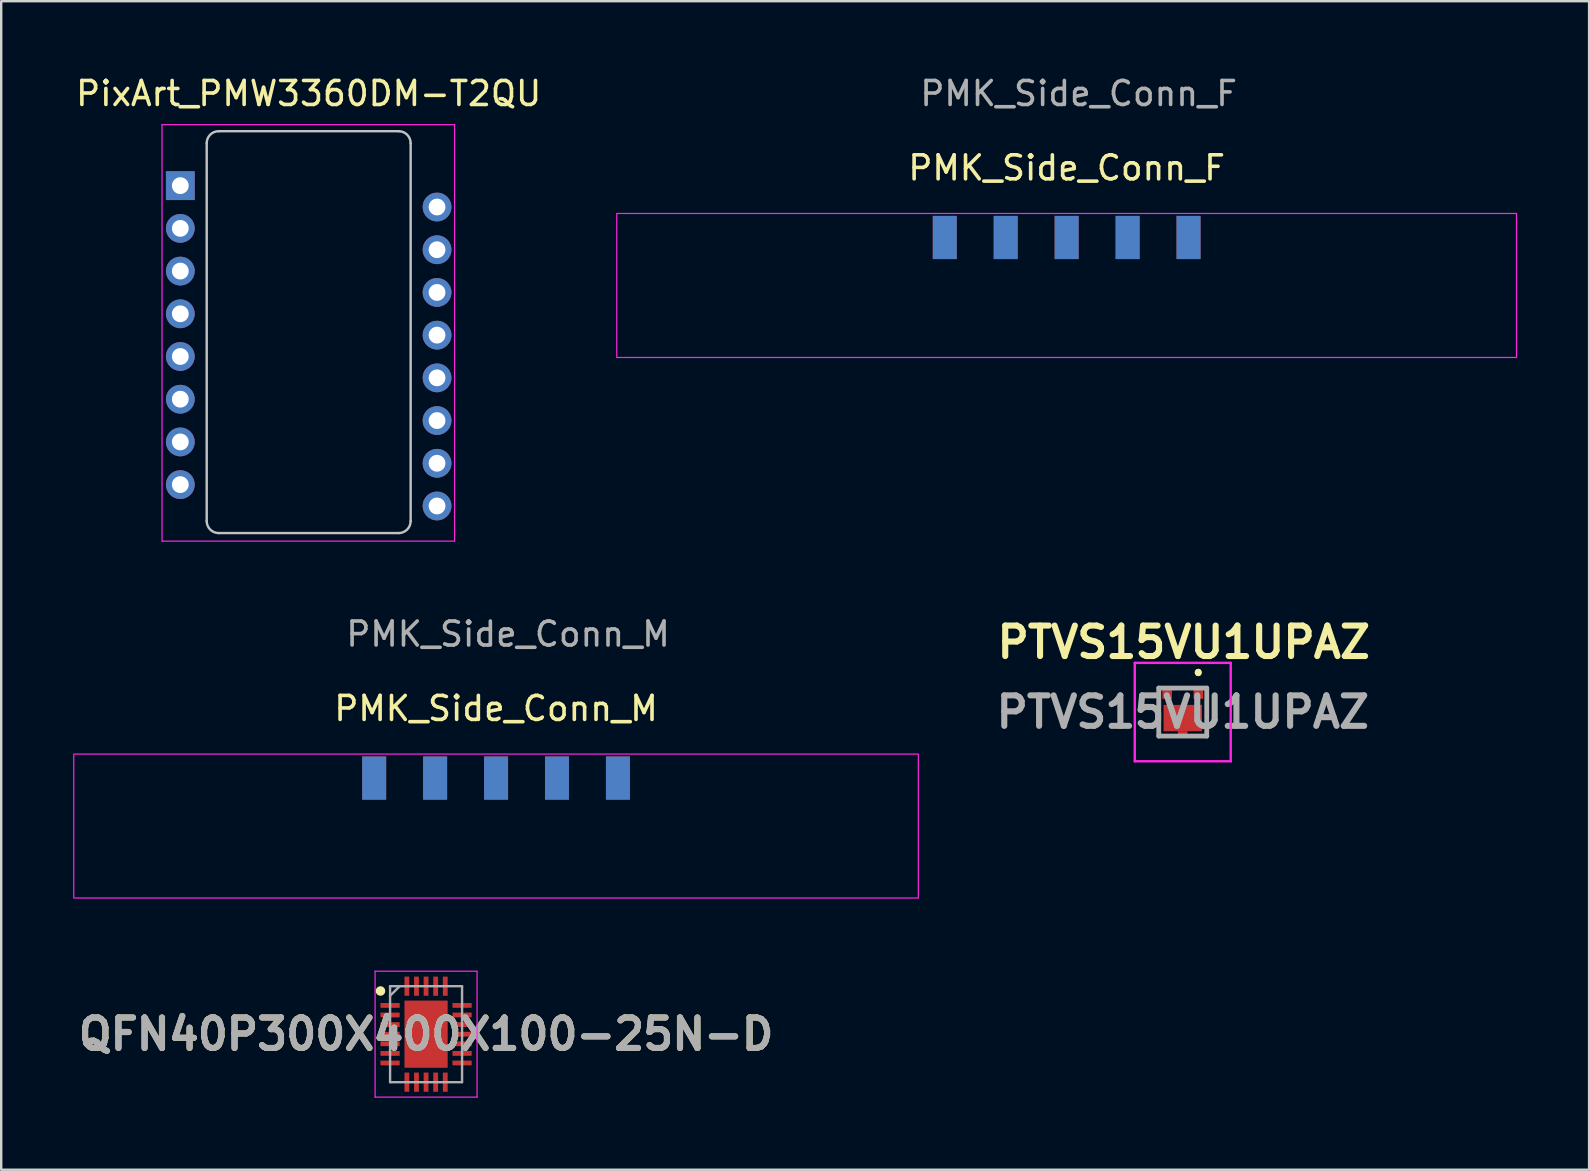
<source format=kicad_pcb>
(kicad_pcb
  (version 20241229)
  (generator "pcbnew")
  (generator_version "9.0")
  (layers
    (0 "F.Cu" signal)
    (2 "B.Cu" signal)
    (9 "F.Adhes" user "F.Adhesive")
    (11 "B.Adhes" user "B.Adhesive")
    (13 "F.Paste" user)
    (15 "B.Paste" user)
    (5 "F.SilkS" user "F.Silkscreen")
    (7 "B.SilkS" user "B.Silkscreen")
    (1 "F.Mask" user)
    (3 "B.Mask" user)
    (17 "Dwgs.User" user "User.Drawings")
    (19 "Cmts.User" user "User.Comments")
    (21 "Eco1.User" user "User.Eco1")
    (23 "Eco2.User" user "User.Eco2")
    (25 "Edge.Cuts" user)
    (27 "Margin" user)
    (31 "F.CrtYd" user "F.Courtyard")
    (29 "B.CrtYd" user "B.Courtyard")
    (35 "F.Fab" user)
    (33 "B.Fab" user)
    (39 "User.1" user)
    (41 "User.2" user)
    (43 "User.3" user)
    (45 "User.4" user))
  (footprint "PTVS15VU1UPAZ"
    (layer "F.Cu")
    (at 46.245 26.628)
    (property "Reference" "PTVS15VU1UPAZ" (at 0.04 -2.91 0) (layer "F.SilkS") (effects (font (size 1.27 1.27) (thickness 0.254))))
    (attr smd)
    (fp_line (start 0.65 -1.7) (end 0.65 -1.7) (stroke (width 0.2) (type solid)) (layer "F.SilkS"))
    (fp_line (start 0.65 -1.7) (end 0.65 -1.7) (stroke (width 0.2) (type solid)) (layer "F.SilkS"))
    (fp_line (start 0.65 -1.6) (end 0.65 -1.6) (stroke (width 0.2) (type solid)) (layer "F.SilkS"))
    (fp_arc (start 0.65 -1.7) (mid 0.7 -1.65) (end 0.65 -1.6) (stroke (width 0.2) (type solid)) (layer "F.SilkS"))
    (fp_arc (start 0.65 -1.6) (mid 0.6 -1.65) (end 0.65 -1.7) (stroke (width 0.2) (type solid)) (layer "F.SilkS"))
    (fp_arc (start 0.65 -1.6) (mid 0.6 -1.65) (end 0.65 -1.7) (stroke (width 0.2) (type solid)) (layer "F.SilkS"))
    (fp_line (start -2 -2.05) (end 2 -2.05) (stroke (width 0.1) (type solid)) (layer "F.CrtYd"))
    (fp_line (start -2 2.05) (end -2 -2.05) (stroke (width 0.1) (type solid)) (layer "F.CrtYd"))
    (fp_line (start 2 -2.05) (end 2 2.05) (stroke (width 0.1) (type solid)) (layer "F.CrtYd"))
    (fp_line (start 2 2.05) (end -2 2.05) (stroke (width 0.1) (type solid)) (layer "F.CrtYd"))
    (fp_line (start -1 -1) (end -1 1) (stroke (width 0.2) (type solid)) (layer "F.Fab"))
    (fp_line (start -1 1) (end 1 1) (stroke (width 0.2) (type solid)) (layer "F.Fab"))
    (fp_line (start 1 -1) (end -1 -1) (stroke (width 0.2) (type solid)) (layer "F.Fab"))
    (fp_line (start 1 1) (end 1 -1) (stroke (width 0.2) (type solid)) (layer "F.Fab"))
    (fp_text user "${REFERENCE}" (at 0 0 0) (layer "F.Fab") (effects (font (size 1.27 1.27) (thickness 0.254))))
    (pad "1" smd rect (at 0.65 -0.8) (size 0.4 0.5) (layers "F.Cu" "F.Mask" "F.Paste"))
    (pad "2" smd rect (at -0.65 -0.8) (size 0.4 0.5) (layers "F.Cu" "F.Mask" "F.Paste"))
    (pad "3" smd rect (at 0 0.25 90) (size 1.1 1.6) (layers "F.Cu" "F.Mask" "F.Paste"))
    (pad "3" smd rect (at 0 0.925 90) (size 0.25 0.4) (layers "F.Cu" "F.Mask" "F.Paste")))
  (footprint "PMK_Side_Conn_F"
    (layer "F.Cu")
    (at 41.406 6.848)
    (property "Reference" "PMK_Side_Conn_F" (at 0 -2.9 0) (unlocked yes) (layer "F.SilkS") (effects (font (size 1 1) (thickness 0.15))))
    (attr smd)
    (fp_rect (start -18.75 -1) (end 18.75 5) (stroke (width 0.05) (type default)) (fill no) (layer "F.CrtYd"))
    (fp_text user "${REFERENCE}" (at 0.5 -6 0) (layer "F.Fab") (effects (font (size 1 1) (thickness 0.15))))
    (pad "1" smd rect (at -5.08 0) (size 1 1.8) (layers "F.Cu" "F.Mask" "F.Paste"))
    (pad "2" smd rect (at -2.54 0) (size 1 1.8) (layers "F.Cu" "F.Mask" "F.Paste"))
    (pad "3" smd rect (at 0 0) (size 1 1.8) (layers "F.Cu" "F.Mask" "F.Paste"))
    (pad "4" smd rect (at 2.54 0) (size 1 1.8) (layers "F.Cu" "F.Mask" "F.Paste"))
    (pad "5" smd rect (at 5.08 0) (size 1 1.8) (layers "F.Cu" "F.Mask" "F.Paste"))
    (pad "6" smd rect (at 5.08 0 180) (size 1 1.8) (layers "B.Cu" "B.Mask" "B.Paste"))
    (pad "7" smd rect (at 2.54 0 180) (size 1 1.8) (layers "B.Cu" "B.Mask" "B.Paste"))
    (pad "8" smd rect (at 0 0 180) (size 1 1.8) (layers "B.Cu" "B.Mask" "B.Paste"))
    (pad "9" smd rect (at -2.54 0 180) (size 1 1.8) (layers "B.Cu" "B.Mask" "B.Paste"))
    (pad "10" smd rect (at -5.08 0 180) (size 1 1.8) (layers "B.Cu" "B.Mask" "B.Paste")))
  (footprint "PMK_Side_Conn_M"
    (layer "F.Cu")
    (at 17.625 29.378)
    (property "Reference" "PMK_Side_Conn_M" (at 0 -2.9 0) (unlocked yes) (layer "F.SilkS") (effects (font (size 1 1) (thickness 0.15))))
    (attr smd)
    (fp_rect (start -17.6 -1) (end 17.6 5) (stroke (width 0.05) (type default)) (fill no) (layer "F.CrtYd"))
    (fp_text user "${REFERENCE}" (at 0.5 -6 0) (layer "F.Fab") (effects (font (size 1 1) (thickness 0.15))))
    (pad "1" smd rect (at -5.08 0) (size 1 1.8) (layers "F.Cu" "F.Mask" "F.Paste"))
    (pad "2" smd rect (at -2.54 0) (size 1 1.8) (layers "F.Cu" "F.Mask" "F.Paste"))
    (pad "3" smd rect (at 0 0) (size 1 1.8) (layers "F.Cu" "F.Mask" "F.Paste"))
    (pad "4" smd rect (at 2.54 0) (size 1 1.8) (layers "F.Cu" "F.Mask" "F.Paste"))
    (pad "5" smd rect (at 5.08 0) (size 1 1.8) (layers "F.Cu" "F.Mask" "F.Paste"))
    (pad "6" smd rect (at 5.08 0 180) (size 1 1.8) (layers "B.Cu" "B.Mask" "B.Paste"))
    (pad "7" smd rect (at 2.54 0 180) (size 1 1.8) (layers "B.Cu" "B.Mask" "B.Paste"))
    (pad "8" smd rect (at 0 0 180) (size 1 1.8) (layers "B.Cu" "B.Mask" "B.Paste"))
    (pad "9" smd rect (at -2.54 0 180) (size 1 1.8) (layers "B.Cu" "B.Mask" "B.Paste"))
    (pad "10" smd rect (at -5.08 0 180) (size 1 1.8) (layers "B.Cu" "B.Mask" "B.Paste")))
  (footprint "QFN40P300X400X100-25N-D"
    (layer "F.Cu")
    (at 14.708 40.053)
    (property "Reference" "QFN40P300X400X100-25N-D" (at 0 0 0) (layer "F.SilkS") (effects (font (size 1.27 1.27) (thickness 0.254))))
    (attr smd)
    (fp_circle (center -1.9 -1.8) (end -1.9 -1.7) (stroke (width 0.2) (type solid)) (fill no) (layer "F.SilkS"))
    (fp_line (start -2.125 -2.625) (end 2.125 -2.625) (stroke (width 0.05) (type solid)) (layer "F.CrtYd"))
    (fp_line (start -2.125 2.625) (end -2.125 -2.625) (stroke (width 0.05) (type solid)) (layer "F.CrtYd"))
    (fp_line (start 2.125 -2.625) (end 2.125 2.625) (stroke (width 0.05) (type solid)) (layer "F.CrtYd"))
    (fp_line (start 2.125 2.625) (end -2.125 2.625) (stroke (width 0.05) (type solid)) (layer "F.CrtYd"))
    (fp_line (start -1.5 -2) (end 1.5 -2) (stroke (width 0.1) (type solid)) (layer "F.Fab"))
    (fp_line (start -1.5 -1.6) (end -1.1 -2) (stroke (width 0.1) (type solid)) (layer "F.Fab"))
    (fp_line (start -1.5 2) (end -1.5 -2) (stroke (width 0.1) (type solid)) (layer "F.Fab"))
    (fp_line (start 1.5 -2) (end 1.5 2) (stroke (width 0.1) (type solid)) (layer "F.Fab"))
    (fp_line (start 1.5 2) (end -1.5 2) (stroke (width 0.1) (type solid)) (layer "F.Fab"))
    (fp_text user "${REFERENCE}" (at 0 0 0) (layer "F.Fab") (effects (font (size 1.27 1.27) (thickness 0.254))))
    (pad "1" smd rect (at -1.5 -1.2 90) (size 0.2 0.8) (layers "F.Cu" "F.Mask" "F.Paste"))
    (pad "2" smd rect (at -1.5 -0.8 90) (size 0.2 0.8) (layers "F.Cu" "F.Mask" "F.Paste"))
    (pad "3" smd rect (at -1.5 -0.4 90) (size 0.2 0.8) (layers "F.Cu" "F.Mask" "F.Paste"))
    (pad "4" smd rect (at -1.5 0 90) (size 0.2 0.8) (layers "F.Cu" "F.Mask" "F.Paste"))
    (pad "5" smd rect (at -1.5 0.4 90) (size 0.2 0.8) (layers "F.Cu" "F.Mask" "F.Paste"))
    (pad "6" smd rect (at -1.5 0.8 90) (size 0.2 0.8) (layers "F.Cu" "F.Mask" "F.Paste"))
    (pad "7" smd rect (at -1.5 1.2 90) (size 0.2 0.8) (layers "F.Cu" "F.Mask" "F.Paste"))
    (pad "8" smd rect (at -0.8 2) (size 0.2 0.8) (layers "F.Cu" "F.Mask" "F.Paste"))
    (pad "9" smd rect (at -0.4 2) (size 0.2 0.8) (layers "F.Cu" "F.Mask" "F.Paste"))
    (pad "10" smd rect (at 0 2) (size 0.2 0.8) (layers "F.Cu" "F.Mask" "F.Paste"))
    (pad "11" smd rect (at 0.4 2) (size 0.2 0.8) (layers "F.Cu" "F.Mask" "F.Paste"))
    (pad "12" smd rect (at 0.8 2) (size 0.2 0.8) (layers "F.Cu" "F.Mask" "F.Paste"))
    (pad "13" smd rect (at 1.5 1.2 90) (size 0.2 0.8) (layers "F.Cu" "F.Mask" "F.Paste"))
    (pad "14" smd rect (at 1.5 0.8 90) (size 0.2 0.8) (layers "F.Cu" "F.Mask" "F.Paste"))
    (pad "15" smd rect (at 1.5 0.4 90) (size 0.2 0.8) (layers "F.Cu" "F.Mask" "F.Paste"))
    (pad "16" smd rect (at 1.5 0 90) (size 0.2 0.8) (layers "F.Cu" "F.Mask" "F.Paste"))
    (pad "17" smd rect (at 1.5 -0.4 90) (size 0.2 0.8) (layers "F.Cu" "F.Mask" "F.Paste"))
    (pad "18" smd rect (at 1.5 -0.8 90) (size 0.2 0.8) (layers "F.Cu" "F.Mask" "F.Paste"))
    (pad "19" smd rect (at 1.5 -1.2 90) (size 0.2 0.8) (layers "F.Cu" "F.Mask" "F.Paste"))
    (pad "20" smd rect (at 0.8 -2) (size 0.2 0.8) (layers "F.Cu" "F.Mask" "F.Paste"))
    (pad "21" smd rect (at 0.4 -2) (size 0.2 0.8) (layers "F.Cu" "F.Mask" "F.Paste"))
    (pad "22" smd rect (at 0 -2) (size 0.2 0.8) (layers "F.Cu" "F.Mask" "F.Paste"))
    (pad "23" smd rect (at -0.4 -2) (size 0.2 0.8) (layers "F.Cu" "F.Mask" "F.Paste"))
    (pad "24" smd rect (at -0.8 -2) (size 0.2 0.8) (layers "F.Cu" "F.Mask" "F.Paste"))
    (pad "25" smd rect (at 0 0) (size 1.8 2.8) (layers "F.Cu" "F.Mask" "F.Paste")))
  (footprint "PixArt_PMW3360DM-T2QU"
    (layer "F.Cu")
    (at 9.815 10.348)
    (property "Reference" "PixArt_PMW3360DM-T2QU" (at 0 -9.5 0) (unlocked yes) (layer "F.SilkS") (effects (font (size 1 1) (thickness 0.15))))
    (attr through_hole)
    (fp_line (start -4.25 8.32) (end -4.25 -7.43) (stroke (width 0.1) (type solid)) (layer "Dwgs.User"))
    (fp_line (start -3.75 -7.93) (end 3.75 -7.93) (stroke (width 0.1) (type solid)) (layer "Dwgs.User"))
    (fp_line (start -3.75 8.82) (end 3.75 8.82) (stroke (width 0.1) (type solid)) (layer "Dwgs.User"))
    (fp_line (start 4.25 -7.43) (end 4.25 8.32) (stroke (width 0.1) (type solid)) (layer "Dwgs.User"))
    (fp_arc (start -4.25 -7.43) (mid -4.103554 -7.783554) (end -3.75 -7.93) (stroke (width 0.1) (type solid)) (layer "Dwgs.User"))
    (fp_arc (start -3.75 8.82) (mid -4.103553 8.673553) (end -4.25 8.32) (stroke (width 0.1) (type solid)) (layer "Dwgs.User"))
    (fp_arc (start 3.75 -7.93) (mid 4.103553 -7.783553) (end 4.25 -7.43) (stroke (width 0.1) (type solid)) (layer "Dwgs.User"))
    (fp_arc (start 4.25 8.32) (mid 4.103553 8.673553) (end 3.75 8.82) (stroke (width 0.1) (type solid)) (layer "Dwgs.User"))
    (fp_line (start -6.112 -8.203) (end 6.08 -8.203) (stroke (width 0.05) (type solid)) (layer "F.CrtYd"))
    (fp_line (start -6.112 9.156) (end -6.112 -8.203) (stroke (width 0.05) (type solid)) (layer "F.CrtYd"))
    (fp_line (start 6.08 -8.203) (end 6.08 9.156) (stroke (width 0.05) (type solid)) (layer "F.CrtYd"))
    (fp_line (start 6.08 9.156) (end -6.112 9.156) (stroke (width 0.05) (type solid)) (layer "F.CrtYd"))
    (pad "1" thru_hole rect (at -5.35 -5.66) (size 1.2 1.2) (drill 0.7) (layers "*.Cu" "*.Mask"))
    (pad "2" thru_hole circle (at -5.35 -3.88) (size 1.2 1.2) (drill 0.7) (layers "*.Cu" "*.Mask"))
    (pad "3" thru_hole circle (at -5.35 -2.1) (size 1.2 1.2) (drill 0.7) (layers "*.Cu" "*.Mask"))
    (pad "4" thru_hole circle (at -5.35 -0.32) (size 1.2 1.2) (drill 0.7) (layers "*.Cu" "*.Mask"))
    (pad "5" thru_hole circle (at -5.35 1.46) (size 1.2 1.2) (drill 0.7) (layers "*.Cu" "*.Mask"))
    (pad "6" thru_hole circle (at -5.35 3.24) (size 1.2 1.2) (drill 0.7) (layers "*.Cu" "*.Mask"))
    (pad "7" thru_hole circle (at -5.35 5.02) (size 1.2 1.2) (drill 0.7) (layers "*.Cu" "*.Mask"))
    (pad "8" thru_hole circle (at -5.35 6.8) (size 1.2 1.2) (drill 0.7) (layers "*.Cu" "*.Mask"))
    (pad "9" thru_hole circle (at 5.35 7.69) (size 1.2 1.2) (drill 0.7) (layers "*.Cu" "*.Mask"))
    (pad "10" thru_hole circle (at 5.35 5.91) (size 1.2 1.2) (drill 0.7) (layers "*.Cu" "*.Mask"))
    (pad "11" thru_hole circle (at 5.35 4.13) (size 1.2 1.2) (drill 0.7) (layers "*.Cu" "*.Mask"))
    (pad "12" thru_hole circle (at 5.35 2.35) (size 1.2 1.2) (drill 0.7) (layers "*.Cu" "*.Mask"))
    (pad "13" thru_hole circle (at 5.35 0.57) (size 1.2 1.2) (drill 0.7) (layers "*.Cu" "*.Mask"))
    (pad "14" thru_hole circle (at 5.35 -1.21) (size 1.2 1.2) (drill 0.7) (layers "*.Cu" "*.Mask"))
    (pad "15" thru_hole circle (at 5.35 -2.99) (size 1.2 1.2) (drill 0.7) (layers "*.Cu" "*.Mask"))
    (pad "16" thru_hole circle (at 5.35 -4.77) (size 1.2 1.2) (drill 0.7) (layers "*.Cu" "*.Mask")))
  (gr_rect
    (start -3 -3)
    (end 63.181 45.703)
    (stroke (width 0.1) (type default))
    (fill no)
    (layer "Edge.Cuts")))
</source>
